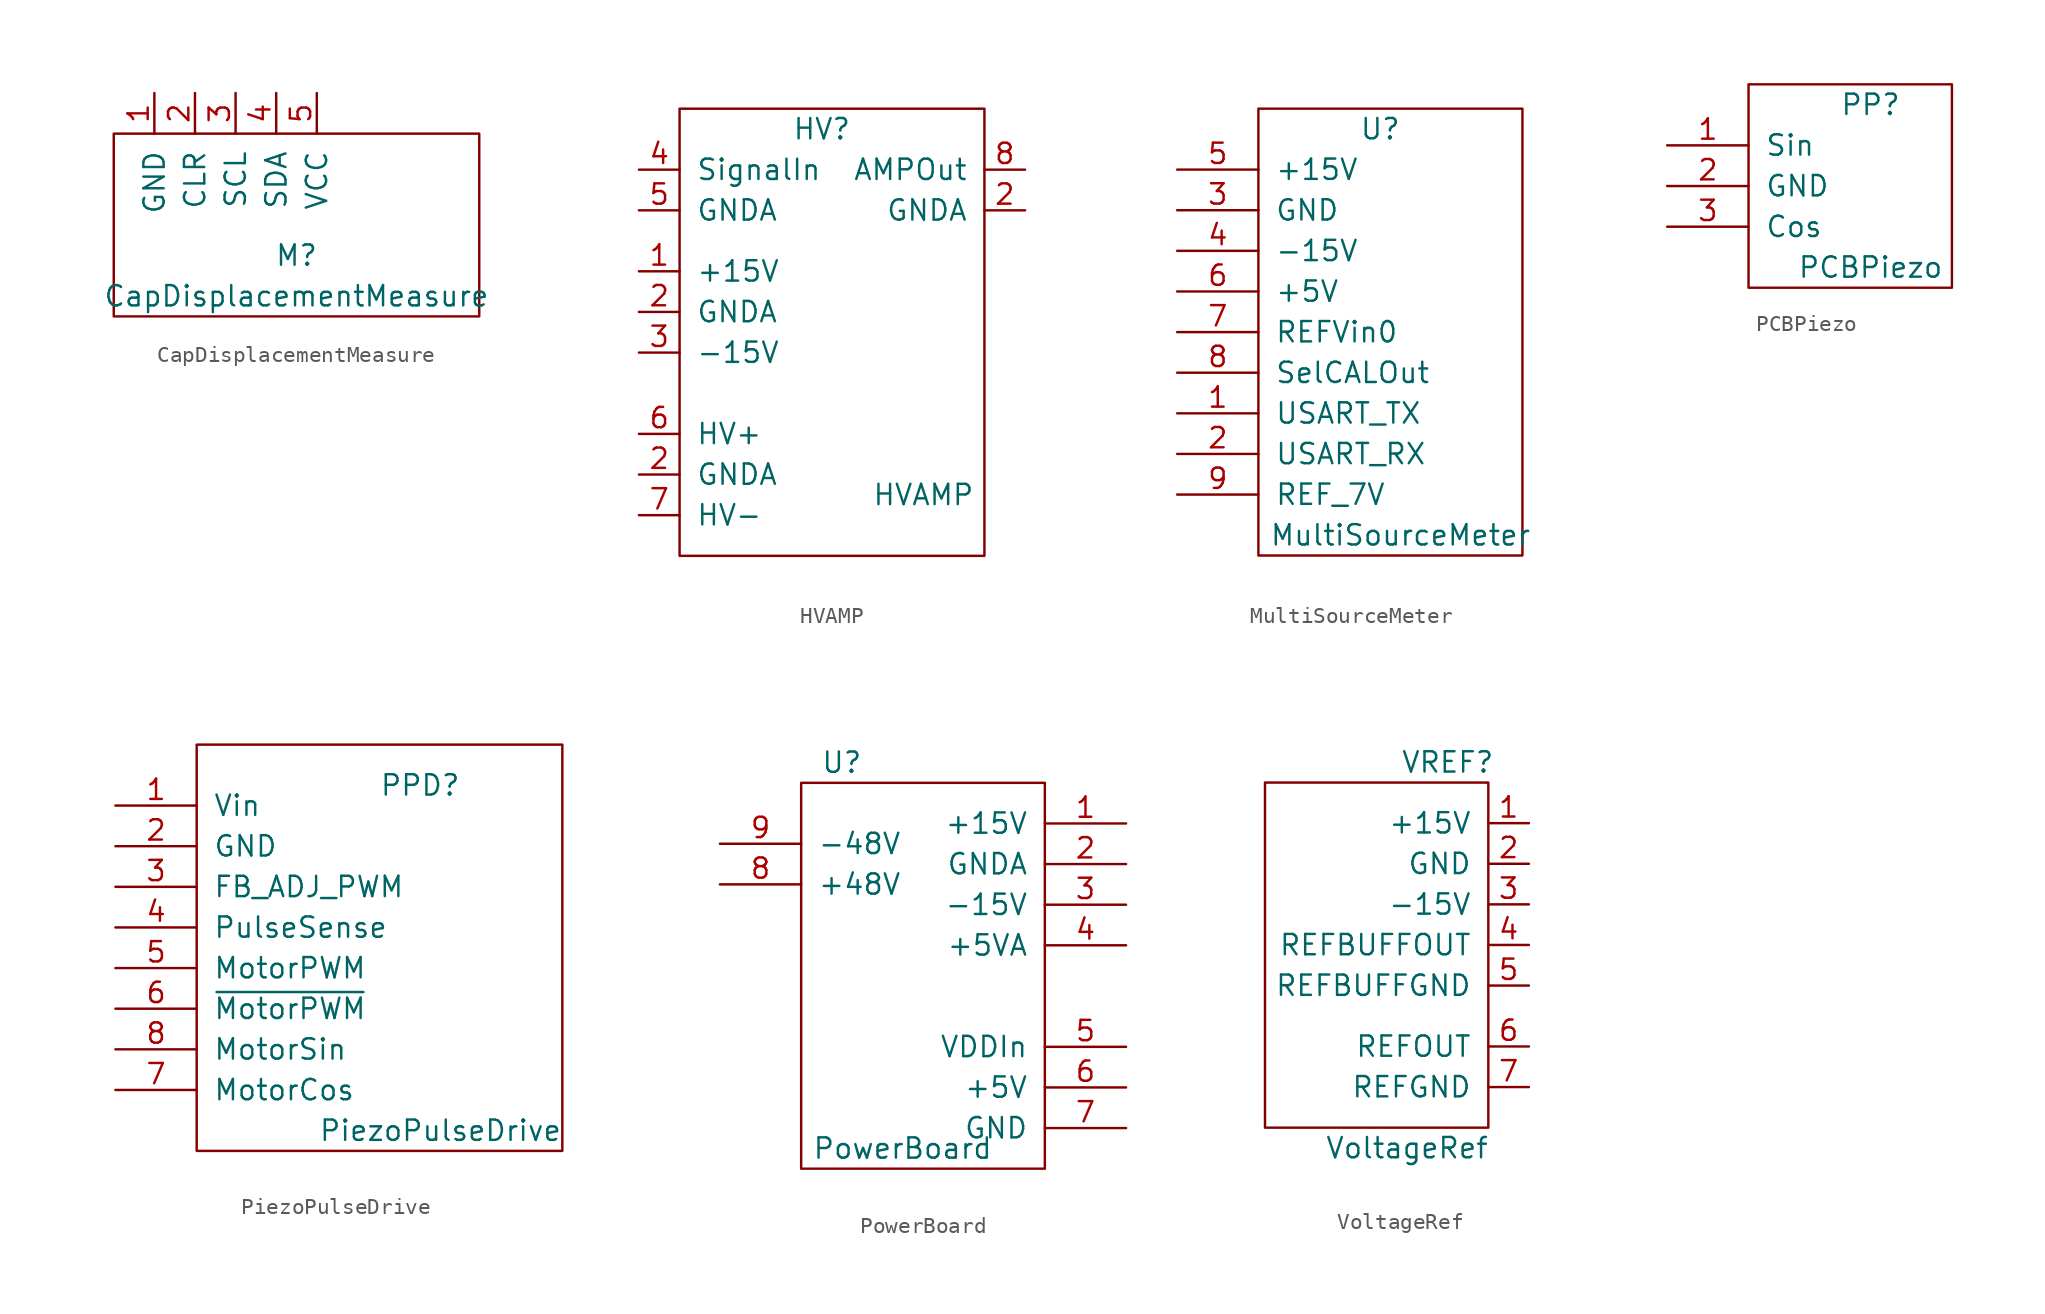
<source format=kicad_sym>
(kicad_symbol_lib
  (version 20201005)
  (generator kicad_symbol_editor)
  (symbol "my_MetaComponents:CapDisplacementMeasure"
    (pin_names
      (offset 1.016))
    (property "Reference" "M"
      (at 0 -2.54 0)
      (effects (font (size 1.27 1.27))))
    (property "Value" "CapDisplacementMeasure"
      (at 0 -5.08 0)
      (effects (font (size 1.27 1.27))))
    (symbol "CapDisplacementMeasure_0_1"
      (rectangle (start -11.43 5.08) (end 11.43 -6.35) (stroke (width 0)) (fill (type none))))
    (symbol "CapDisplacementMeasure_1_1"
      (pin output line (at -8.89 7.62 270) (length 2.54) (name "GND" (effects (font (size 1.27 1.27)))) (number "1" (effects (font (size 1.27 1.27)))))
      (pin output line (at -6.35 7.62 270) (length 2.54) (name "CLR" (effects (font (size 1.27 1.27)))) (number "2" (effects (font (size 1.27 1.27)))))
      (pin output line (at -3.81 7.62 270) (length 2.54) (name "SCL" (effects (font (size 1.27 1.27)))) (number "3" (effects (font (size 1.27 1.27)))))
      (pin output line (at -1.27 7.62 270) (length 2.54) (name "SDA" (effects (font (size 1.27 1.27)))) (number "4" (effects (font (size 1.27 1.27)))))
      (pin output line (at 1.27 7.62 270) (length 2.54) (name "VCC" (effects (font (size 1.27 1.27)))) (number "5" (effects (font (size 1.27 1.27)))))))
  (symbol "my_MetaComponents:HVAMP"
    (pin_names
      (offset 1.016))
    (property "Reference" "HV"
      (at 0 12.7 0)
      (effects (font (size 1.27 1.27))))
    (property "Value" "HVAMP"
      (at 6.35 -10.16 0)
      (effects (font (size 1.27 1.27))))
    (symbol "HVAMP_0_1"
      (rectangle (start -8.89 13.97) (end 10.16 -13.97) (stroke (width 0)) (fill (type none))))
    (symbol "HVAMP_1_1"
      (pin input line (at -11.43 3.81 0) (length 2.54) (name "+15V" (effects (font (size 1.27 1.27)))) (number "1" (effects (font (size 1.27 1.27)))))
      (pin input line (at -11.43 -8.89 0) (length 2.54) (name "GNDA" (effects (font (size 1.27 1.27)))) (number "2" (effects (font (size 1.27 1.27)))))
      (pin input line (at -11.43 1.27 0) (length 2.54) (name "GNDA" (effects (font (size 1.27 1.27)))) (number "2" (effects (font (size 1.27 1.27)))))
      (pin input line (at 12.7 7.62 180) (length 2.54) (name "GNDA" (effects (font (size 1.27 1.27)))) (number "2" (effects (font (size 1.27 1.27)))))
      (pin input line (at -11.43 -1.27 0) (length 2.54) (name "-15V" (effects (font (size 1.27 1.27)))) (number "3" (effects (font (size 1.27 1.27)))))
      (pin input line (at -11.43 10.16 0) (length 2.54) (name "SignalIn" (effects (font (size 1.27 1.27)))) (number "4" (effects (font (size 1.27 1.27)))))
      (pin input line (at -11.43 7.62 0) (length 2.54) (name "GNDA" (effects (font (size 1.27 1.27)))) (number "5" (effects (font (size 1.27 1.27)))))
      (pin input line (at -11.43 -6.35 0) (length 2.54) (name "HV+" (effects (font (size 1.27 1.27)))) (number "6" (effects (font (size 1.27 1.27)))))
      (pin input line (at -11.43 -11.43 0) (length 2.54) (name "HV-" (effects (font (size 1.27 1.27)))) (number "7" (effects (font (size 1.27 1.27)))))
      (pin input line (at 12.7 10.16 180) (length 2.54) (name "AMPOut" (effects (font (size 1.27 1.27)))) (number "8" (effects (font (size 1.27 1.27)))))))
  (symbol "my_MetaComponents:MultiSourceMeter"
    (pin_names
      (offset 1.016))
    (property "Reference" "U"
      (at 2.54 11.43 0)
      (effects (font (size 1.27 1.27))))
    (property "Value" "MultiSourceMeter"
      (at 3.81 -13.97 0)
      (effects (font (size 1.27 1.27))))
    (symbol "MultiSourceMeter_0_1"
      (rectangle (start -5.08 12.7) (end 11.43 -15.24) (stroke (width 0)) (fill (type none))))
    (symbol "MultiSourceMeter_1_1"
      (pin input line (at -10.16 -6.35 0) (length 5.08) (name "USART_TX" (effects (font (size 1.27 1.27)))) (number "1" (effects (font (size 1.27 1.27)))))
      (pin input line (at -10.16 -8.89 0) (length 5.08) (name "USART_RX" (effects (font (size 1.27 1.27)))) (number "2" (effects (font (size 1.27 1.27)))))
      (pin input line (at -10.16 6.35 0) (length 5.08) (name "GND" (effects (font (size 1.27 1.27)))) (number "3" (effects (font (size 1.27 1.27)))))
      (pin input line (at -10.16 3.81 0) (length 5.08) (name "-15V" (effects (font (size 1.27 1.27)))) (number "4" (effects (font (size 1.27 1.27)))))
      (pin input line (at -10.16 8.89 0) (length 5.08) (name "+15V" (effects (font (size 1.27 1.27)))) (number "5" (effects (font (size 1.27 1.27)))))
      (pin input line (at -10.16 1.27 0) (length 5.08) (name "+5V" (effects (font (size 1.27 1.27)))) (number "6" (effects (font (size 1.27 1.27)))))
      (pin input line (at -10.16 -1.27 0) (length 5.08) (name "REFVin0" (effects (font (size 1.27 1.27)))) (number "7" (effects (font (size 1.27 1.27)))))
      (pin input line (at -10.16 -3.81 0) (length 5.08) (name "SelCALOut" (effects (font (size 1.27 1.27)))) (number "8" (effects (font (size 1.27 1.27)))))
      (pin output line (at -10.16 -11.43 0) (length 5.08) (name "REF_7V" (effects (font (size 1.27 1.27)))) (number "9" (effects (font (size 1.27 1.27)))))))
  (symbol "my_MetaComponents:PCBPiezo"
    (pin_names
      (offset 1.016))
    (property "Reference" "PP"
      (at 2.54 6.35 0)
      (effects (font (size 1.27 1.27))))
    (property "Value" "PCBPiezo"
      (at 2.54 -3.81 0)
      (effects (font (size 1.27 1.27))))
    (symbol "PCBPiezo_0_1"
      (rectangle (start -5.08 7.62) (end 7.62 -5.08) (stroke (width 0)) (fill (type none))))
    (symbol "PCBPiezo_1_1"
      (pin input line (at -10.16 3.81 0) (length 5.08) (name "Sin" (effects (font (size 1.27 1.27)))) (number "1" (effects (font (size 1.27 1.27)))))
      (pin input line (at -10.16 1.27 0) (length 5.08) (name "GND" (effects (font (size 1.27 1.27)))) (number "2" (effects (font (size 1.27 1.27)))))
      (pin input line (at -10.16 -1.27 0) (length 5.08) (name "Cos" (effects (font (size 1.27 1.27)))) (number "3" (effects (font (size 1.27 1.27)))))))
  (symbol "my_MetaComponents:PiezoPulseDrive"
    (pin_names
      (offset 1.016))
    (property "Reference" "PPD"
      (at 7.62 11.43 0)
      (effects (font (size 1.27 1.27))))
    (property "Value" "PiezoPulseDrive"
      (at 8.89 -10.16 0)
      (effects (font (size 1.27 1.27))))
    (symbol "PiezoPulseDrive_0_1"
      (rectangle (start -6.35 13.97) (end 16.51 -11.43) (stroke (width 0)) (fill (type none))))
    (symbol "PiezoPulseDrive_1_1"
      (pin input line (at -11.43 10.16 0) (length 5.08) (name "Vin" (effects (font (size 1.27 1.27)))) (number "1" (effects (font (size 1.27 1.27)))))
      (pin input line (at -11.43 7.62 0) (length 5.08) (name "GND" (effects (font (size 1.27 1.27)))) (number "2" (effects (font (size 1.27 1.27)))))
      (pin input line (at -11.43 5.08 0) (length 5.08) (name "FB_ADJ_PWM" (effects (font (size 1.27 1.27)))) (number "3" (effects (font (size 1.27 1.27)))))
      (pin input line (at -11.43 2.54 0) (length 5.08) (name "PulseSense" (effects (font (size 1.27 1.27)))) (number "4" (effects (font (size 1.27 1.27)))))
      (pin input line (at -11.43 0 0) (length 5.08) (name "MotorPWM" (effects (font (size 1.27 1.27)))) (number "5" (effects (font (size 1.27 1.27)))))
      (pin input line (at -11.43 -2.54 0) (length 5.08) (name "~MotorPWM" (effects (font (size 1.27 1.27)))) (number "6" (effects (font (size 1.27 1.27)))))
      (pin input line (at -11.43 -7.62 0) (length 5.08) (name "MotorCos" (effects (font (size 1.27 1.27)))) (number "7" (effects (font (size 1.27 1.27)))))
      (pin input line (at -11.43 -5.08 0) (length 5.08) (name "MotorSin" (effects (font (size 1.27 1.27)))) (number "8" (effects (font (size 1.27 1.27)))))))
  (symbol "my_MetaComponents:PowerBoard"
    (pin_names
      (offset 1.016))
    (property "Reference" "U"
      (at -5.08 13.97 0)
      (effects (font (size 1.27 1.27))))
    (property "Value" "PowerBoard"
      (at -1.27 -10.16 0)
      (effects (font (size 1.27 1.27))))
    (symbol "PowerBoard_0_1"
      (rectangle (start -7.62 12.7) (end 7.62 -11.43) (stroke (width 0)) (fill (type none))))
    (symbol "PowerBoard_1_1"
      (pin input line (at 12.7 10.16 180) (length 5.08) (name "+15V" (effects (font (size 1.27 1.27)))) (number "1" (effects (font (size 1.27 1.27)))))
      (pin input line (at 12.7 7.62 180) (length 5.08) (name "GNDA" (effects (font (size 1.27 1.27)))) (number "2" (effects (font (size 1.27 1.27)))))
      (pin input line (at 12.7 5.08 180) (length 5.08) (name "-15V" (effects (font (size 1.27 1.27)))) (number "3" (effects (font (size 1.27 1.27)))))
      (pin input line (at 12.7 2.54 180) (length 5.08) (name "+5VA" (effects (font (size 1.27 1.27)))) (number "4" (effects (font (size 1.27 1.27)))))
      (pin input line (at 12.7 -3.81 180) (length 5.08) (name "VDDIn" (effects (font (size 1.27 1.27)))) (number "5" (effects (font (size 1.27 1.27)))))
      (pin input line (at 12.7 -6.35 180) (length 5.08) (name "+5V" (effects (font (size 1.27 1.27)))) (number "6" (effects (font (size 1.27 1.27)))))
      (pin input line (at 12.7 -8.89 180) (length 5.08) (name "GND" (effects (font (size 1.27 1.27)))) (number "7" (effects (font (size 1.27 1.27)))))
      (pin input line (at -12.7 6.35 0) (length 5.08) (name "+48V" (effects (font (size 1.27 1.27)))) (number "8" (effects (font (size 1.27 1.27)))))
      (pin input line (at -12.7 8.89 0) (length 5.08) (name "-48V" (effects (font (size 1.27 1.27)))) (number "9" (effects (font (size 1.27 1.27)))))))
  (symbol "my_MetaComponents:VoltageRef"
    (pin_names
      (offset 1.016))
    (property "Reference" "VREF"
      (at 1.27 7.62 0)
      (effects (font (size 1.27 1.27))))
    (property "Value" "VoltageRef"
      (at -1.27 -16.51 0)
      (effects (font (size 1.27 1.27))))
    (symbol "VoltageRef_0_1"
      (rectangle (start -10.16 6.35) (end 3.81 -15.24) (stroke (width 0)) (fill (type none))))
    (symbol "VoltageRef_1_1"
      (pin power_in line (at 6.35 3.81 180) (length 2.54) (name "+15V" (effects (font (size 1.27 1.27)))) (number "1" (effects (font (size 1.27 1.27)))))
      (pin power_in line (at 6.35 1.27 180) (length 2.54) (name "GND" (effects (font (size 1.27 1.27)))) (number "2" (effects (font (size 1.27 1.27)))))
      (pin power_in line (at 6.35 -1.27 180) (length 2.54) (name "-15V" (effects (font (size 1.27 1.27)))) (number "3" (effects (font (size 1.27 1.27)))))
      (pin output line (at 6.35 -3.81 180) (length 2.54) (name "REFBUFFOUT" (effects (font (size 1.27 1.27)))) (number "4" (effects (font (size 1.27 1.27)))))
      (pin output line (at 6.35 -6.35 180) (length 2.54) (name "REFBUFFGND" (effects (font (size 1.27 1.27)))) (number "5" (effects (font (size 1.27 1.27)))))
      (pin output line (at 6.35 -10.16 180) (length 2.54) (name "REFOUT" (effects (font (size 1.27 1.27)))) (number "6" (effects (font (size 1.27 1.27)))))
      (pin output line (at 6.35 -12.7 180) (length 2.54) (name "REFGND" (effects (font (size 1.27 1.27)))) (number "7" (effects (font (size 1.27 1.27))))))))
</source>
